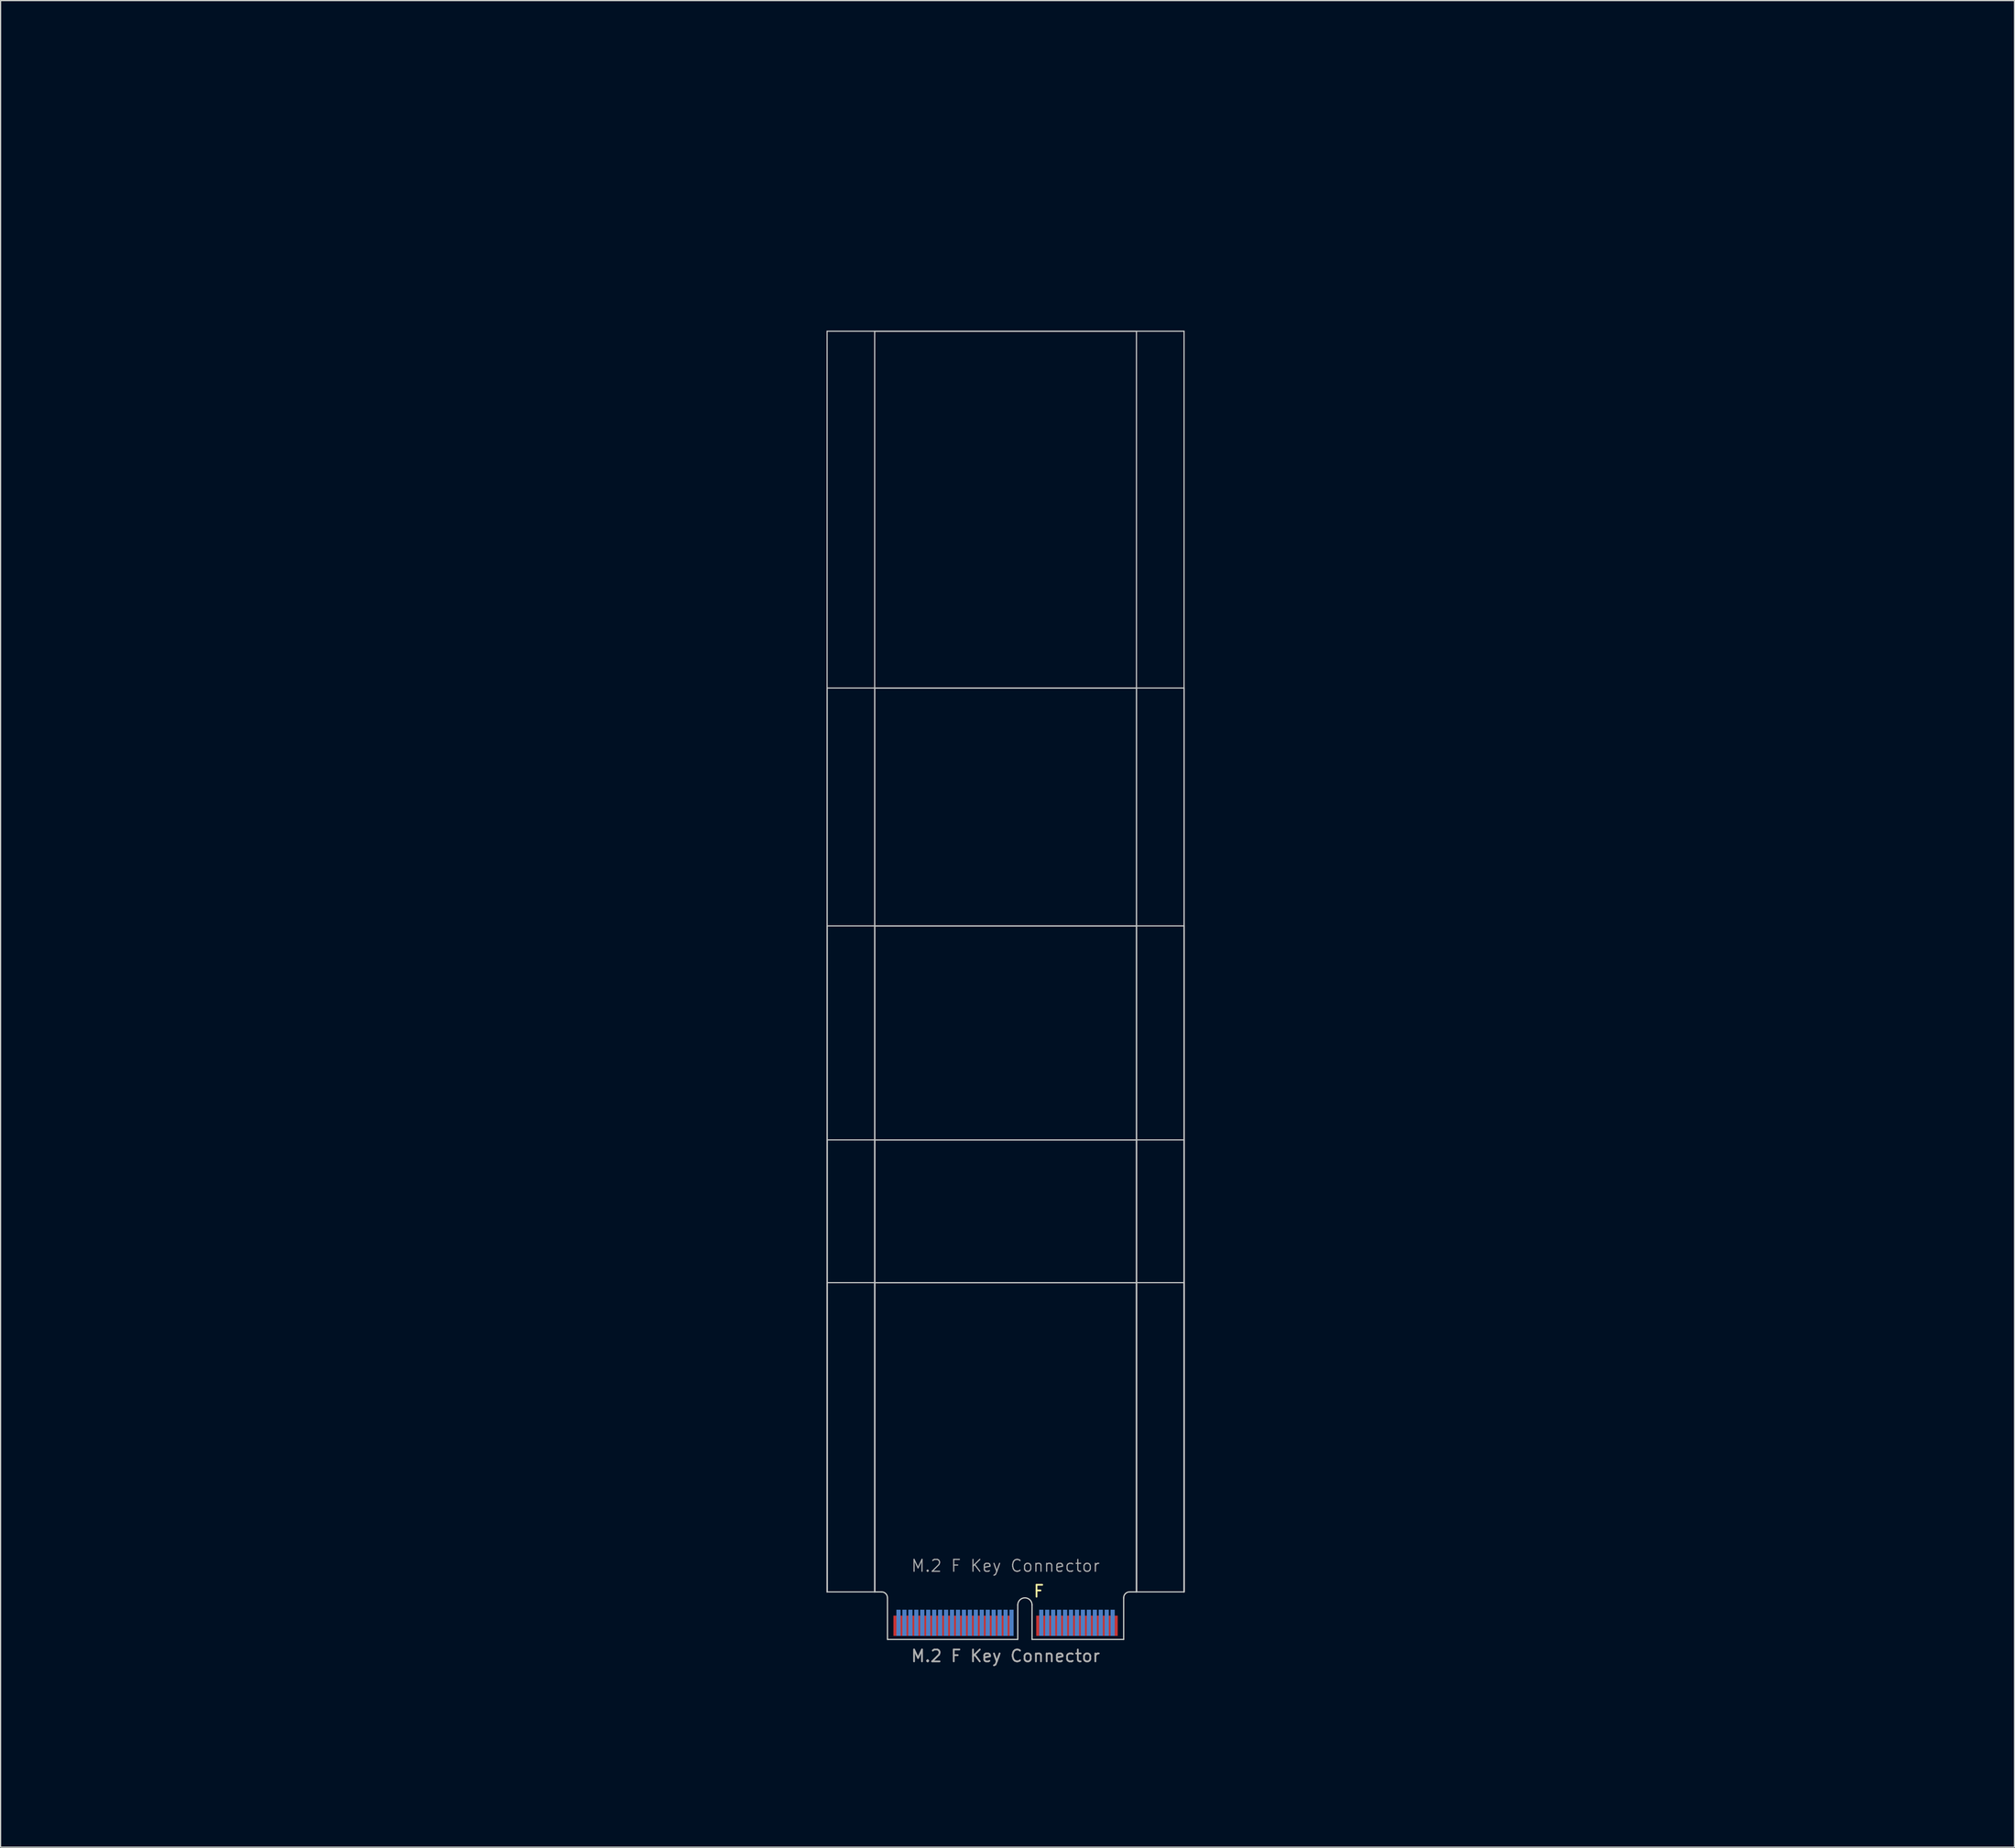
<source format=kicad_pcb>
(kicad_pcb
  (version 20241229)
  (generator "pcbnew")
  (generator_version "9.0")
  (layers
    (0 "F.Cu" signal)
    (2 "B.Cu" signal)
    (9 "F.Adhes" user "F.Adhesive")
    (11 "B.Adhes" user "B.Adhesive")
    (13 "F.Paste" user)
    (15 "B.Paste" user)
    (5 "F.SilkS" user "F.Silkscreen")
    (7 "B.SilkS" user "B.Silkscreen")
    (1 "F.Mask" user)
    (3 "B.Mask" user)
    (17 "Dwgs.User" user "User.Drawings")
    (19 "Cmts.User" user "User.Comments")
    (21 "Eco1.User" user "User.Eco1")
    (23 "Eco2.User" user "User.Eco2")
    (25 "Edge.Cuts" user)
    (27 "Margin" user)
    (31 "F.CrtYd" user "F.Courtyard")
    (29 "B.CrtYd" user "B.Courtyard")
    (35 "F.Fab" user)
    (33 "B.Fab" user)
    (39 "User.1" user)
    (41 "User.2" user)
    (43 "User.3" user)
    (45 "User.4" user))
  (footprint "M.2 F Key Connector"
    (layer "F.Cu")
    (at 81.459 133.687)
    (property "Reference" "M.2 F Key Connector" (at 0 -5.08 0) (unlocked yes) (layer "F.Fab") (effects (font (size 1 1) (thickness 0.1))))
    (attr exclude_from_pos_files exclude_from_bom)
    (fp_rect (start -9.925 -0.94) (end 9.925 1.11) (stroke (width 0) (type default)) (fill yes) (layer "F.Mask"))
    (fp_rect (start -9.925 -1.44) (end 9.925 1.11) (stroke (width 0) (type default)) (fill yes) (layer "B.Mask"))
    (fp_line (start -15 -108.89) (end 15 -108.89) (stroke (width 0.1) (type default)) (layer "Dwgs.User"))
    (fp_line (start -15 -78.89) (end 15 -78.89) (stroke (width 0.1) (type default)) (layer "Dwgs.User"))
    (fp_line (start -15 -58.89) (end 15 -58.89) (stroke (width 0.1) (type default)) (layer "Dwgs.User"))
    (fp_line (start -15 -40.89) (end 15 -40.89) (stroke (width 0.1) (type default)) (layer "Dwgs.User"))
    (fp_line (start -15 -28.89) (end 15 -28.89) (stroke (width 0.1) (type default)) (layer "Dwgs.User"))
    (fp_line (start -15 -2.89) (end -15 -108.89) (stroke (width 0.1) (type default)) (layer "Dwgs.User"))
    (fp_line (start -15 -2.89) (end -15 -78.89) (stroke (width 0.1) (type default)) (layer "Dwgs.User"))
    (fp_line (start -15 -2.89) (end -15 -58.89) (stroke (width 0.1) (type default)) (layer "Dwgs.User"))
    (fp_line (start -15 -2.89) (end -15 -40.89) (stroke (width 0.1) (type default)) (layer "Dwgs.User"))
    (fp_line (start -15 -2.89) (end -15 -28.89) (stroke (width 0.1) (type default)) (layer "Dwgs.User"))
    (fp_line (start -11 -108.89) (end 11 -108.89) (stroke (width 0.1) (type default)) (layer "Dwgs.User"))
    (fp_line (start -11 -78.89) (end 11 -78.89) (stroke (width 0.1) (type default)) (layer "Dwgs.User"))
    (fp_line (start -11 -58.89) (end 11 -58.89) (stroke (width 0.1) (type default)) (layer "Dwgs.User"))
    (fp_line (start -11 -40.89) (end 11 -40.89) (stroke (width 0.1) (type default)) (layer "Dwgs.User"))
    (fp_line (start -11 -28.89) (end 11 -28.89) (stroke (width 0.1) (type default)) (layer "Dwgs.User"))
    (fp_line (start -11 -2.89) (end -15 -2.89) (stroke (width 0.1) (type default)) (layer "Dwgs.User"))
    (fp_line (start -11 -2.89) (end -11 -108.89) (stroke (width 0.1) (type default)) (layer "Dwgs.User"))
    (fp_line (start -11 -2.89) (end -11 -78.89) (stroke (width 0.1) (type default)) (layer "Dwgs.User"))
    (fp_line (start -11 -2.89) (end -11 -58.89) (stroke (width 0.1) (type default)) (layer "Dwgs.User"))
    (fp_line (start -11 -2.89) (end -11 -40.89) (stroke (width 0.1) (type default)) (layer "Dwgs.User"))
    (fp_line (start -11 -2.89) (end -11 -28.89) (stroke (width 0.1) (type default)) (layer "Dwgs.User"))
    (fp_line (start 11 -108.89) (end 11 -2.89) (stroke (width 0.1) (type default)) (layer "Dwgs.User"))
    (fp_line (start 11 -78.89) (end 11 -2.89) (stroke (width 0.1) (type default)) (layer "Dwgs.User"))
    (fp_line (start 11 -58.89) (end 11 -2.89) (stroke (width 0.1) (type default)) (layer "Dwgs.User"))
    (fp_line (start 11 -40.89) (end 11 -2.89) (stroke (width 0.1) (type default)) (layer "Dwgs.User"))
    (fp_line (start 11 -28.89) (end 11 -2.89) (stroke (width 0.1) (type default)) (layer "Dwgs.User"))
    (fp_line (start 11 -2.89) (end 15 -2.89) (stroke (width 0.1) (type default)) (layer "Dwgs.User"))
    (fp_line (start 15 -108.89) (end 15 -2.89) (stroke (width 0.1) (type default)) (layer "Dwgs.User"))
    (fp_line (start 15 -78.89) (end 15 -2.89) (stroke (width 0.1) (type default)) (layer "Dwgs.User"))
    (fp_line (start 15 -40.89) (end 15 -2.89) (stroke (width 0.1) (type default)) (layer "Dwgs.User"))
    (fp_line (start 15 -28.89) (end 15 -2.89) (stroke (width 0.1) (type default)) (layer "Dwgs.User"))
    (fp_line (start 15 -2.89) (end 15 -58.89) (stroke (width 0.1) (type default)) (layer "Dwgs.User"))
    (fp_line (start -11 -2.89) (end -10.425 -2.89) (stroke (width 0.1) (type default)) (layer "Edge.Cuts"))
    (fp_line (start -9.925 -2.39) (end -9.925 1.11) (stroke (width 0.1) (type default)) (layer "Edge.Cuts"))
    (fp_line (start 1.025 -1.79) (end 1.025 1.11) (stroke (width 0.1) (type default)) (layer "Edge.Cuts"))
    (fp_line (start 1.025 1.11) (end -9.925 1.11) (stroke (width 0.1) (type default)) (layer "Edge.Cuts"))
    (fp_line (start 2.225 -1.79) (end 2.225 1.11) (stroke (width 0.1) (type default)) (layer "Edge.Cuts"))
    (fp_line (start 2.225 1.11) (end 9.925 1.11) (stroke (width 0.1) (type default)) (layer "Edge.Cuts"))
    (fp_line (start 9.925 -2.39) (end 9.925 1.11) (stroke (width 0.1) (type default)) (layer "Edge.Cuts"))
    (fp_line (start 10.425 -2.89) (end 11 -2.89) (stroke (width 0.1) (type default)) (layer "Edge.Cuts"))
    (fp_arc (start -10.425 -2.89) (mid -10.071447 -2.743553) (end -9.925 -2.39) (stroke (width 0.1) (type default)) (layer "Edge.Cuts"))
    (fp_arc (start 1.025 -1.79) (mid 1.625 -2.39) (end 2.225 -1.79) (stroke (width 0.1) (type default)) (layer "Edge.Cuts"))
    (fp_arc (start 9.925 -2.39) (mid 10.071447 -2.743553) (end 10.425 -2.89) (stroke (width 0.1) (type default)) (layer "Edge.Cuts"))
    (fp_line (start -0.71 -109.6) (end 0.71 -108.18) (stroke (width 0.15) (type default)) (layer "User.3"))
    (fp_line (start -0.71 -79.6) (end 0.71 -78.18) (stroke (width 0.15) (type default)) (layer "User.3"))
    (fp_line (start -0.71 -59.6) (end 0.71 -58.18) (stroke (width 0.15) (type default)) (layer "User.3"))
    (fp_line (start -0.71 -41.6) (end 0.71 -40.18) (stroke (width 0.15) (type default)) (layer "User.3"))
    (fp_line (start -0.71 -29.6) (end 0.71 -28.18) (stroke (width 0.15) (type default)) (layer "User.3"))
    (fp_line (start 0.71 -109.6) (end -0.71 -108.18) (stroke (width 0.15) (type default)) (layer "User.3"))
    (fp_line (start 0.71 -79.6) (end -0.71 -78.18) (stroke (width 0.15) (type default)) (layer "User.3"))
    (fp_line (start 0.71 -59.6) (end -0.71 -58.18) (stroke (width 0.15) (type default)) (layer "User.3"))
    (fp_line (start 0.71 -41.6) (end -0.71 -40.18) (stroke (width 0.15) (type default)) (layer "User.3"))
    (fp_line (start 0.71 -29.6) (end -0.71 -28.18) (stroke (width 0.15) (type default)) (layer "User.3"))
    (fp_rect (start -15 -108.89) (end 15 -105.09) (stroke (width 0.1) (type default)) (fill no) (layer "User.4"))
    (fp_rect (start -15 -78.89) (end 15 -75.09) (stroke (width 0.1) (type default)) (fill no) (layer "User.4"))
    (fp_rect (start -15 -58.89) (end 15 -55.09) (stroke (width 0.1) (type default)) (fill no) (layer "User.4"))
    (fp_rect (start -15 -40.89) (end 15 -37.09) (stroke (width 0.1) (type default)) (fill no) (layer "User.4"))
    (fp_rect (start -15 -28.89) (end 15 -25.09) (stroke (width 0.1) (type default)) (fill no) (layer "User.4"))
    (fp_text user "F" (at 2.265 -2.355 0) (unlocked yes) (layer "F.SilkS") (effects (font (size 1 1) (thickness 0.15)) (justify left bottom)))
    (fp_text user "${REFERENCE}" (at 0 2.5 0) (unlocked yes) (layer "F.Fab") (effects (font (size 1 1) (thickness 0.15))))
    (fp_text user "22, 30mm width and 30, 42, 60, 80, 110mm length shown in Blue (User.2 Layer)" (at 0.02 14.055 0) (unlocked yes) (layer "User.2") (effects (font (size 2 2) (thickness 0.2))))
    (fp_text user "Place grounded \"M.2 Mounting Pad\" footprint from library on Teal (User.3 Layer) X's" (at -0.13 9.4 0) (unlocked yes) (layer "User.3") (effects (font (size 2 2) (thickness 0.2))))
    (fp_text user "Yellow areas (User.4 Layer) reserverd for RF recepticals or for components when no RF recepticals used." (at 0.165 4.83 0) (unlocked yes) (layer "User.4") (effects (font (size 2 2) (thickness 0.2))))
    (dimension (type orthogonal) (layer "User.2") (pts (xy 91.384 134.797) (xy 91.384 24.797)) (height 69.74) (orientation 1) (format (prefix "") (suffix "") (units 3) (units_format 0) (precision 4) (suppress_zeroes yes)) (style (thickness 0.1) (arrow_length 1.27) (text_position_mode 0) (arrow_direction outward) (extension_height 0.586) (extension_offset 0.5) (keep_text_aligned yes)) (gr_text "110" (at 157.824 79.797 90) (layer "User.2") (effects (font (size 3 3) (thickness 0.3)))))
    (dimension (type orthogonal) (layer "User.2") (pts (xy 91.384 134.797) (xy 91.384 92.797)) (height 32.695) (orientation 1) (format (prefix "") (suffix "") (units 3) (units_format 0) (precision 4) (suppress_zeroes yes)) (style (thickness 0.1) (arrow_length 1.27) (text_position_mode 0) (arrow_direction outward) (extension_height 0.586) (extension_offset 0.5) (keep_text_aligned yes)) (gr_text "42" (at 120.779 113.797 90) (layer "User.2") (effects (font (size 3 3) (thickness 0.3)))))
    (dimension (type orthogonal) (layer "User.2") (pts (xy 91.369 134.797) (xy 91.369 54.797)) (height 58.985) (orientation 1) (format (prefix "") (suffix "") (units 3) (units_format 0) (precision 4) (suppress_zeroes yes)) (style (thickness 0.1) (arrow_length 1.27) (text_position_mode 0) (arrow_direction outward) (extension_height 0.586) (extension_offset 0.5) (keep_text_aligned yes)) (gr_text "80" (at 147.054 94.797 90) (layer "User.2") (effects (font (size 3 3) (thickness 0.3)))))
    (dimension (type orthogonal) (layer "User.2") (pts (xy 66.459 23.687) (xy 96.459 23.687)) (height -17.83) (orientation 0) (format (prefix "") (suffix "") (units 3) (units_format 0) (precision 4) (suppress_zeroes yes)) (style (thickness 0.1) (arrow_length 1.27) (text_position_mode 0) (arrow_direction outward) (extension_height 0.586) (extension_offset 0.5) (keep_text_aligned yes)) (gr_text "30" (at 81.459 2.457 0) (layer "User.2") (effects (font (size 3 3) (thickness 0.4)))))
    (dimension (type orthogonal) (layer "User.2") (pts (xy 91.384 134.797) (xy 91.384 74.797)) (height 45.245) (orientation 1) (format (prefix "") (suffix "") (units 3) (units_format 0) (precision 4) (suppress_zeroes yes)) (style (thickness 0.1) (arrow_length 1.27) (text_position_mode 0) (arrow_direction outward) (extension_height 0.586) (extension_offset 0.5) (keep_text_aligned yes)) (gr_text "60" (at 133.329 104.797 90) (layer "User.2") (effects (font (size 3 3) (thickness 0.3)))))
    (dimension (type orthogonal) (layer "User.2") (pts (xy 70.459 24.797) (xy 92.459 24.797)) (height -12.48) (orientation 0) (format (prefix "") (suffix "") (units 3) (units_format 0) (precision 4) (suppress_zeroes yes)) (style (thickness 0.1) (arrow_length 1.27) (text_position_mode 0) (arrow_direction outward) (extension_height 0.586) (extension_offset 0.5) (keep_text_aligned yes)) (gr_text "22" (at 81.459 8.917 0) (layer "User.2") (effects (font (size 3 3) (thickness 0.4)))))
    (dimension (type orthogonal) (layer "User.2") (pts (xy 91.384 134.797) (xy 91.384 104.797)) (height 20.795) (orientation 1) (format (prefix "") (suffix "") (units 3) (units_format 0) (precision 4) (suppress_zeroes yes)) (style (thickness 0.1) (arrow_length 1.27) (text_position_mode 0) (arrow_direction outward) (extension_height 0.586) (extension_offset 0.5) (keep_text_aligned yes)) (gr_text "30" (at 108.879 119.797 90) (layer "User.2") (effects (font (size 3 3) (thickness 0.3)))))
    (pad "1" smd rect (at 9.25 -0.04 180) (size 0.35 1.7) (layers "F.Cu"))
    (pad "2" smd rect (at 9 -0.29 180) (size 0.35 2.2) (layers "B.Cu"))
    (pad "3" smd rect (at 8.75 -0.04 180) (size 0.35 1.7) (layers "F.Cu"))
    (pad "4" smd rect (at 8.5 -0.29 180) (size 0.35 2.2) (layers "B.Cu"))
    (pad "5" smd rect (at 8.25 -0.04 180) (size 0.35 1.7) (layers "F.Cu"))
    (pad "6" smd rect (at 8 -0.29 180) (size 0.35 2.2) (layers "B.Cu"))
    (pad "7" smd rect (at 7.75 -0.04 180) (size 0.35 1.7) (layers "F.Cu"))
    (pad "8" smd rect (at 7.5 -0.29 180) (size 0.35 2.2) (layers "B.Cu"))
    (pad "9" smd rect (at 7.25 -0.04 180) (size 0.35 1.7) (layers "F.Cu"))
    (pad "10" smd rect (at 7 -0.29 180) (size 0.35 2.2) (layers "B.Cu"))
    (pad "11" smd rect (at 6.75 -0.04 180) (size 0.35 1.7) (layers "F.Cu"))
    (pad "12" smd rect (at 6.5 -0.29 180) (size 0.35 2.2) (layers "B.Cu"))
    (pad "13" smd rect (at 6.25 -0.04 180) (size 0.35 1.7) (layers "F.Cu"))
    (pad "14" smd rect (at 6 -0.29 180) (size 0.35 2.2) (layers "B.Cu"))
    (pad "15" smd rect (at 5.75 -0.04 180) (size 0.35 1.7) (layers "F.Cu"))
    (pad "16" smd rect (at 5.5 -0.29 180) (size 0.35 2.2) (layers "B.Cu"))
    (pad "17" smd rect (at 5.25 -0.04 180) (size 0.35 1.7) (layers "F.Cu"))
    (pad "18" smd rect (at 5 -0.29 180) (size 0.35 2.2) (layers "B.Cu"))
    (pad "19" smd rect (at 4.75 -0.04 180) (size 0.35 1.7) (layers "F.Cu"))
    (pad "20" smd rect (at 4.5 -0.29 180) (size 0.35 2.2) (layers "B.Cu"))
    (pad "21" smd rect (at 4.25 -0.04 180) (size 0.35 1.7) (layers "F.Cu"))
    (pad "22" smd rect (at 4 -0.29 180) (size 0.35 2.2) (layers "B.Cu"))
    (pad "23" smd rect (at 3.75 -0.04 180) (size 0.35 1.7) (layers "F.Cu"))
    (pad "24" smd rect (at 3.5 -0.29 180) (size 0.35 2.2) (layers "B.Cu"))
    (pad "25" smd rect (at 3.25 -0.04 180) (size 0.35 1.7) (layers "F.Cu"))
    (pad "26" smd rect (at 3 -0.29 180) (size 0.35 2.2) (layers "B.Cu"))
    (pad "27" smd rect (at 2.75 -0.04 180) (size 0.35 1.7) (layers "F.Cu"))
    (pad "36" smd rect (at 0.5 -0.29 180) (size 0.35 2.2) (layers "B.Cu"))
    (pad "37" smd rect (at 0.25 -0.04 180) (size 0.35 1.7) (layers "F.Cu"))
    (pad "38" smd rect (at 0 -0.29 180) (size 0.35 2.2) (layers "B.Cu"))
    (pad "39" smd rect (at -0.25 -0.04 180) (size 0.35 1.7) (layers "F.Cu"))
    (pad "40" smd rect (at -0.5 -0.29 180) (size 0.35 2.2) (layers "B.Cu"))
    (pad "41" smd rect (at -0.75 -0.04 180) (size 0.35 1.7) (layers "F.Cu"))
    (pad "42" smd rect (at -1 -0.29 180) (size 0.35 2.2) (layers "B.Cu"))
    (pad "43" smd rect (at -1.25 -0.04 180) (size 0.35 1.7) (layers "F.Cu"))
    (pad "44" smd rect (at -1.5 -0.29 180) (size 0.35 2.2) (layers "B.Cu"))
    (pad "45" smd rect (at -1.75 -0.04 180) (size 0.35 1.7) (layers "F.Cu"))
    (pad "46" smd rect (at -2 -0.29 180) (size 0.35 2.2) (layers "B.Cu"))
    (pad "47" smd rect (at -2.25 -0.04 180) (size 0.35 1.7) (layers "F.Cu"))
    (pad "48" smd rect (at -2.5 -0.29 180) (size 0.35 2.2) (layers "B.Cu"))
    (pad "49" smd rect (at -2.75 -0.04 180) (size 0.35 1.7) (layers "F.Cu"))
    (pad "50" smd rect (at -3 -0.29 180) (size 0.35 2.2) (layers "B.Cu"))
    (pad "51" smd rect (at -3.25 -0.04 180) (size 0.35 1.7) (layers "F.Cu"))
    (pad "52" smd rect (at -3.5 -0.29 180) (size 0.35 2.2) (layers "B.Cu"))
    (pad "53" smd rect (at -3.75 -0.04 180) (size 0.35 1.7) (layers "F.Cu"))
    (pad "54" smd rect (at -4 -0.29 180) (size 0.35 2.2) (layers "B.Cu"))
    (pad "55" smd rect (at -4.25 -0.04 180) (size 0.35 1.7) (layers "F.Cu"))
    (pad "56" smd rect (at -4.5 -0.29 180) (size 0.35 2.2) (layers "B.Cu"))
    (pad "57" smd rect (at -4.75 -0.04 180) (size 0.35 1.7) (layers "F.Cu"))
    (pad "58" smd rect (at -5 -0.29 180) (size 0.35 2.2) (layers "B.Cu"))
    (pad "59" smd rect (at -5.25 -0.04 180) (size 0.35 1.7) (layers "F.Cu"))
    (pad "60" smd rect (at -5.5 -0.29 180) (size 0.35 2.2) (layers "B.Cu"))
    (pad "61" smd rect (at -5.75 -0.04 180) (size 0.35 1.7) (layers "F.Cu"))
    (pad "62" smd rect (at -6 -0.29 180) (size 0.35 2.2) (layers "B.Cu"))
    (pad "63" smd rect (at -6.25 -0.04 180) (size 0.35 1.7) (layers "F.Cu"))
    (pad "64" smd rect (at -6.5 -0.29 180) (size 0.35 2.2) (layers "B.Cu"))
    (pad "65" smd rect (at -6.75 -0.04 180) (size 0.35 1.7) (layers "F.Cu"))
    (pad "66" smd rect (at -7 -0.29 180) (size 0.35 2.2) (layers "B.Cu"))
    (pad "67" smd rect (at -7.25 -0.04 180) (size 0.35 1.7) (layers "F.Cu"))
    (pad "68" smd rect (at -7.5 -0.29 180) (size 0.35 2.2) (layers "B.Cu"))
    (pad "69" smd rect (at -7.75 -0.04 180) (size 0.35 1.7) (layers "F.Cu"))
    (pad "70" smd rect (at -8 -0.29 180) (size 0.35 2.2) (layers "B.Cu"))
    (pad "71" smd rect (at -8.25 -0.04 180) (size 0.35 1.7) (layers "F.Cu"))
    (pad "72" smd rect (at -8.5 -0.29 180) (size 0.35 2.2) (layers "B.Cu"))
    (pad "73" smd rect (at -8.75 -0.04 180) (size 0.35 1.7) (layers "F.Cu"))
    (pad "74" smd rect (at -9 -0.29 180) (size 0.35 2.2) (layers "B.Cu"))
    (pad "75" smd rect (at -9.25 -0.04 180) (size 0.35 1.7) (layers "F.Cu"))
    (zone (net_name "") (layer "F.Cu") (name "Front Component Keepout") (hatch edge 0.5) (connect_pads) (min_thickness 0.25) (filled_areas_thickness no) (keepout (tracks allowed) (vias allowed) (pads not_allowed) (copperpour allowed) (footprints not_allowed)) (placement (enabled no)) (fill) (polygon (pts (xy 92.459 130.797) (xy 92.459 134.797) (xy 70.459 134.797) (xy 70.459 130.797))))
    (zone (net_name "") (layer "B.Cu") (name "Rear Component Keepout") (hatch full 0.5) (connect_pads) (min_thickness 0.25) (filled_areas_thickness no) (keepout (tracks allowed) (vias allowed) (pads not_allowed) (copperpour allowed) (footprints not_allowed)) (placement (enabled no)) (fill) (polygon (pts (xy 96.459 134.797) (xy 96.459 129.597) (xy 66.459 129.597) (xy 66.459 134.797)))))
  (gr_rect
    (start -3 -3)
    (end 166.248 152.263)
    (stroke (width 0.1) (type default))
    (fill no)
    (layer "Edge.Cuts")))
</source>
